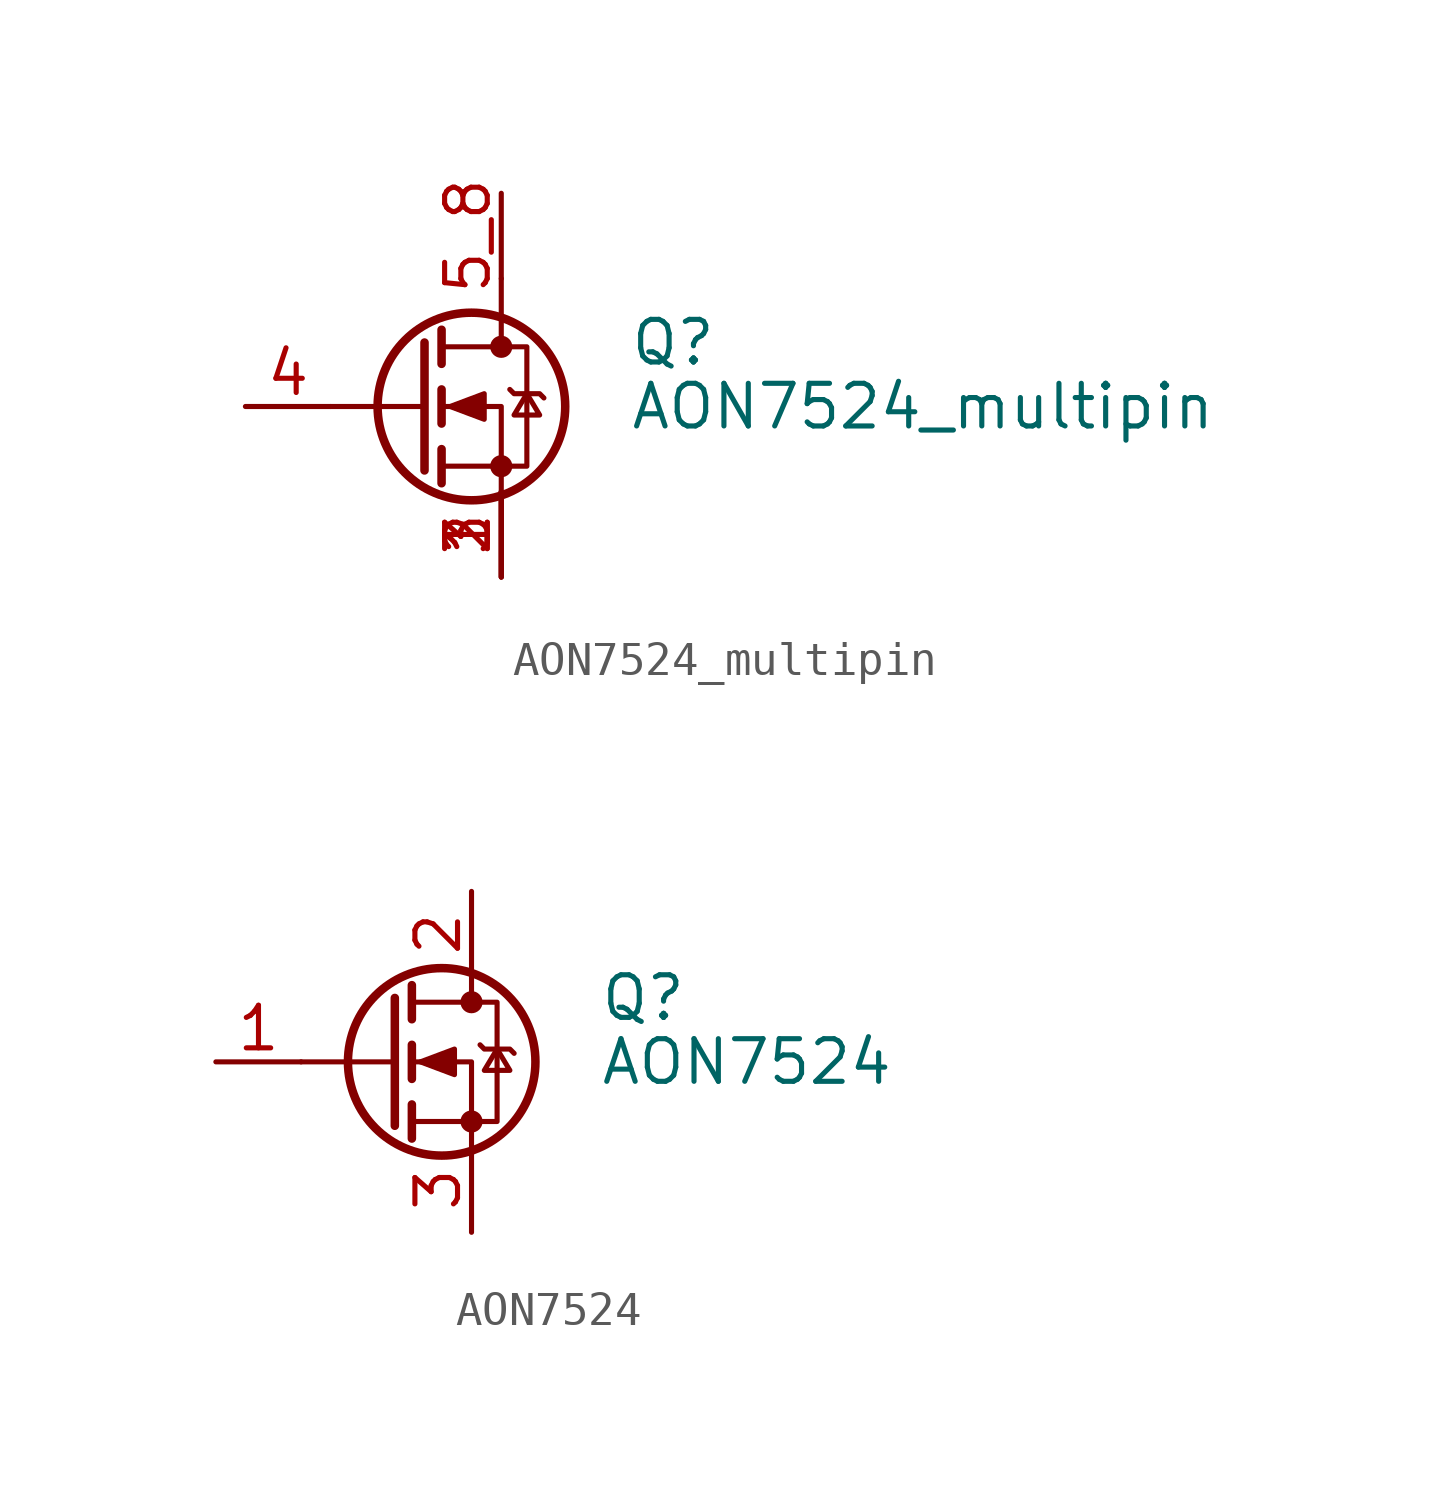
<source format=kicad_sym>
(kicad_symbol_lib
  (version 20220914)
  (generator kicad_symbol_editor)
  (symbol "AON7524_multipin"
    (pin_names hide)
    (property "Reference" "Q"
      (at 6.35 1.905 0)
      (effects (font (size 1.27 1.27)) (justify left)))
    (property "Value" "AON7524_multipin"
      (at 6.35 0 0)
      (effects (font (size 1.27 1.27)) (justify left)))
    (symbol "AON7524_multipin_0_1"
      (polyline (pts (xy 0.254 0) (xy -2.54 0)) (stroke (width 0) (type default)) (fill (type none)))
      (polyline (pts (xy 0.254 1.905) (xy 0.254 -1.905)) (stroke (width 0.254) (type default)) (fill (type none)))
      (polyline (pts (xy 0.762 -1.27) (xy 0.762 -2.286)) (stroke (width 0.254) (type default)) (fill (type none)))
      (polyline (pts (xy 0.762 0.508) (xy 0.762 -0.508)) (stroke (width 0.254) (type default)) (fill (type none)))
      (polyline (pts (xy 0.762 2.286) (xy 0.762 1.27)) (stroke (width 0.254) (type default)) (fill (type none)))
      (polyline (pts (xy 2.54 3.81) (xy 2.54 1.778)) (stroke (width 0) (type default)) (fill (type none)))
      (polyline (pts (xy 2.54 -2.54) (xy 2.54 0) (xy 0.762 0)) (stroke (width 0) (type default)) (fill (type none)))
      (polyline (pts (xy 0.762 -1.778) (xy 3.302 -1.778) (xy 3.302 1.778) (xy 0.762 1.778)) (stroke (width 0) (type default)) (fill (type none)))
      (polyline (pts (xy 1.016 0) (xy 2.032 0.381) (xy 2.032 -0.381) (xy 1.016 0)) (stroke (width 0) (type default)) (fill (type outline)))
      (polyline (pts (xy 2.794 0.508) (xy 2.921 0.381) (xy 3.683 0.381) (xy 3.81 0.254)) (stroke (width 0) (type default)) (fill (type none)))
      (polyline (pts (xy 3.302 0.381) (xy 2.921 -0.254) (xy 3.683 -0.254) (xy 3.302 0.381)) (stroke (width 0) (type default)) (fill (type none)))
      (circle (center 1.651 0) (radius 2.794) (stroke (width 0.254) (type default)) (fill (type none)))
      (circle (center 2.54 -1.778) (radius 0.254) (stroke (width 0) (type default)) (fill (type outline)))
      (circle (center 2.54 1.778) (radius 0.254) (stroke (width 0) (type default)) (fill (type outline))))
    (symbol "AON7524_multipin_1_0"
      (pin passive line (at 2.54 -5.08 90) (length 2.54) (name "S" (effects (font (size 1.27 1.27)))) (number "2" (effects (font (size 1.27 1.27)))))
      (pin passive line (at 2.54 -5.08 90) (length 2.54) (name "S" (effects (font (size 1.27 1.27)))) (number "3" (effects (font (size 1.27 1.27))))))
    (symbol "AON7524_multipin_1_1"
      (pin passive line (at 2.54 -5.08 90) (length 2.54) (name "S" (effects (font (size 1.27 1.27)))) (number "1" (effects (font (size 1.27 1.27)))))
      (pin input line (at -5.08 0 0) (length 2.54) (name "G" (effects (font (size 1.27 1.27)))) (number "4" (effects (font (size 1.27 1.27)))))
      (pin passive line (at 2.54 6.35 270) (length 2.54) (name "D" (effects (font (size 1.27 1.27)))) (number "5_8" (effects (font (size 1.27 1.27)))))))
  (symbol "AON7524"
    (pin_names hide)
    (property "Reference" "Q"
      (at 6.35 1.905 0)
      (effects (font (size 1.27 1.27)) (justify left)))
    (property "Value" "AON7524"
      (at 6.35 0 0)
      (effects (font (size 1.27 1.27)) (justify left)))
    (symbol "AON7524_0_1"
      (polyline (pts (xy 0.254 0) (xy -2.54 0)) (stroke (width 0) (type default)) (fill (type none)))
      (polyline (pts (xy 0.254 1.905) (xy 0.254 -1.905)) (stroke (width 0.254) (type default)) (fill (type none)))
      (polyline (pts (xy 0.762 -1.27) (xy 0.762 -2.286)) (stroke (width 0.254) (type default)) (fill (type none)))
      (polyline (pts (xy 0.762 0.508) (xy 0.762 -0.508)) (stroke (width 0.254) (type default)) (fill (type none)))
      (polyline (pts (xy 0.762 2.286) (xy 0.762 1.27)) (stroke (width 0.254) (type default)) (fill (type none)))
      (polyline (pts (xy 2.54 2.54) (xy 2.54 1.778)) (stroke (width 0) (type default)) (fill (type none)))
      (polyline (pts (xy 2.54 -2.54) (xy 2.54 0) (xy 0.762 0)) (stroke (width 0) (type default)) (fill (type none)))
      (polyline (pts (xy 0.762 -1.778) (xy 3.302 -1.778) (xy 3.302 1.778) (xy 0.762 1.778)) (stroke (width 0) (type default)) (fill (type none)))
      (polyline (pts (xy 1.016 0) (xy 2.032 0.381) (xy 2.032 -0.381) (xy 1.016 0)) (stroke (width 0) (type default)) (fill (type outline)))
      (polyline (pts (xy 2.794 0.508) (xy 2.921 0.381) (xy 3.683 0.381) (xy 3.81 0.254)) (stroke (width 0) (type default)) (fill (type none)))
      (polyline (pts (xy 3.302 0.381) (xy 2.921 -0.254) (xy 3.683 -0.254) (xy 3.302 0.381)) (stroke (width 0) (type default)) (fill (type none)))
      (circle (center 1.651 0) (radius 2.794) (stroke (width 0.254) (type default)) (fill (type none)))
      (circle (center 2.54 -1.778) (radius 0.254) (stroke (width 0) (type default)) (fill (type outline)))
      (circle (center 2.54 1.778) (radius 0.254) (stroke (width 0) (type default)) (fill (type outline))))
    (symbol "AON7524_1_1"
      (pin input line (at -5.08 0 0) (length 2.54) (name "G" (effects (font (size 1.27 1.27)))) (number "1" (effects (font (size 1.27 1.27)))))
      (pin passive line (at 2.54 5.08 270) (length 2.54) (name "D" (effects (font (size 1.27 1.27)))) (number "2" (effects (font (size 1.27 1.27)))))
      (pin passive line (at 2.54 -5.08 90) (length 2.54) (name "S" (effects (font (size 1.27 1.27)))) (number "3" (effects (font (size 1.27 1.27))))))))
</source>
